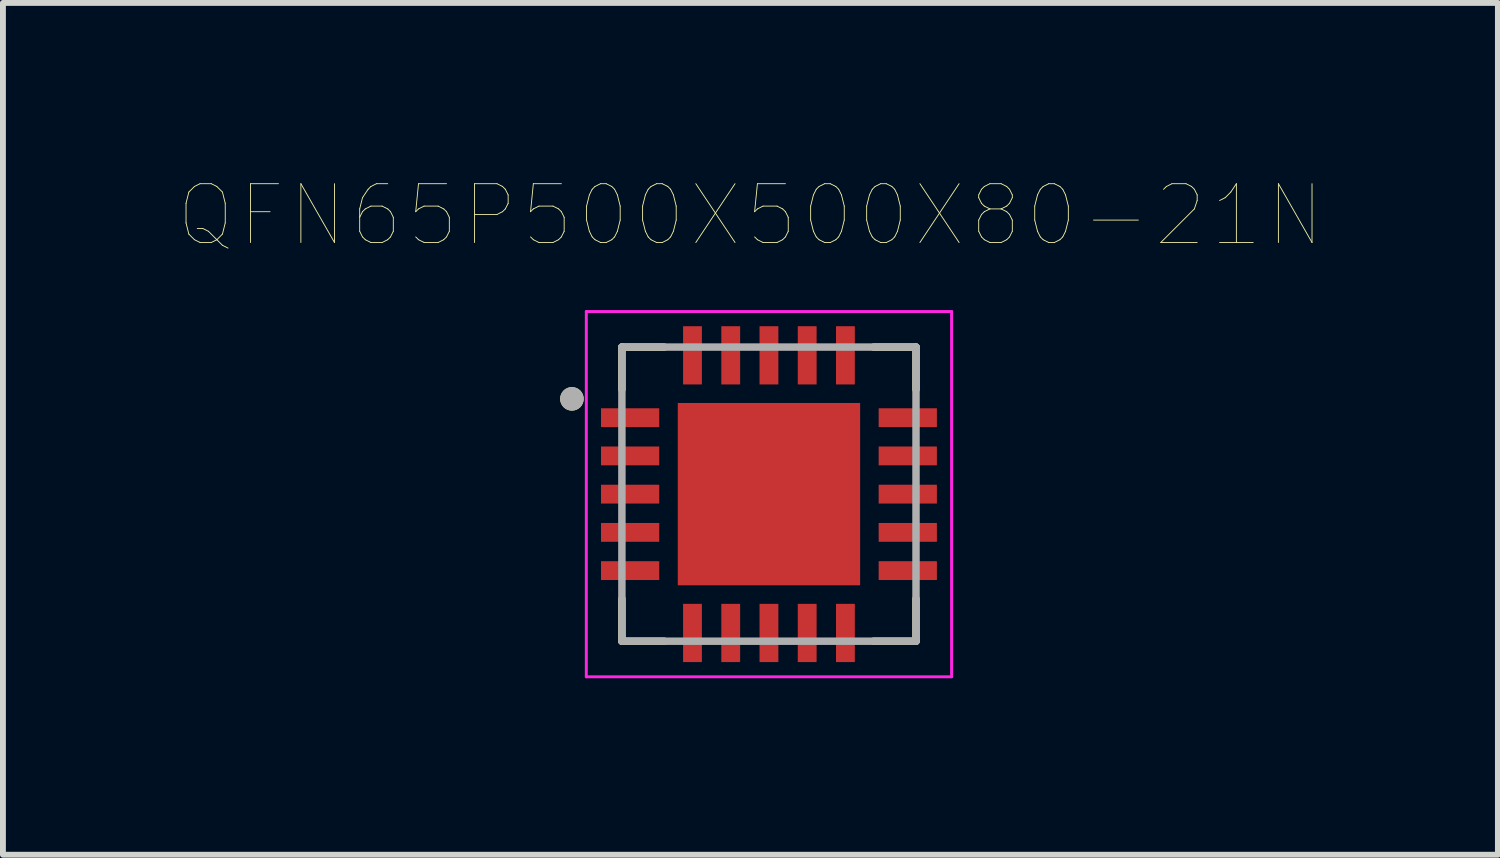
<source format=kicad_pcb>
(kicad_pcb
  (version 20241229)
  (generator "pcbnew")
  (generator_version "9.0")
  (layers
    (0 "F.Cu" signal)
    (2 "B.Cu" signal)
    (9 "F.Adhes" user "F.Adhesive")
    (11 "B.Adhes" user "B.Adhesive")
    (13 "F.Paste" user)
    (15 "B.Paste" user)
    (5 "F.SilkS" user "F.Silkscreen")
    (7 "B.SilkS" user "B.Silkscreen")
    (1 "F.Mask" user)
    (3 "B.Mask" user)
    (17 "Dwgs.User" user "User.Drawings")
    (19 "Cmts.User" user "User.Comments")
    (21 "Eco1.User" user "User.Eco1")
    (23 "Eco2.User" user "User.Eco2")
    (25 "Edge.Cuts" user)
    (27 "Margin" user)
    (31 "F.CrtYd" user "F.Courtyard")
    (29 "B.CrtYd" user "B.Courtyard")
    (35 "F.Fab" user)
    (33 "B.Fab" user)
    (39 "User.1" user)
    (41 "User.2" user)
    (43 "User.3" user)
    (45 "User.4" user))
  (footprint "QFN65P500X500X80-21N"
    (layer "F.Cu")
    (at 10.023 5.351)
    (property "Reference" "QFN65P500X500X80-21N" (at -0.315 -4.74 0) (layer "F.SilkS") (effects (font (size 1 1) (thickness 0.015))))
    (attr through_hole)
    (fp_line (start -2.5 -2.5) (end -2.5 -1.78) (stroke (width 0.127) (type solid)) (layer "F.SilkS"))
    (fp_line (start -2.5 -2.5) (end -1.78 -2.5) (stroke (width 0.127) (type solid)) (layer "F.SilkS"))
    (fp_line (start -2.5 2.5) (end -2.5 1.78) (stroke (width 0.127) (type solid)) (layer "F.SilkS"))
    (fp_line (start -2.5 2.5) (end -1.78 2.5) (stroke (width 0.127) (type solid)) (layer "F.SilkS"))
    (fp_line (start 2.5 -2.5) (end 1.78 -2.5) (stroke (width 0.127) (type solid)) (layer "F.SilkS"))
    (fp_line (start 2.5 -2.5) (end 2.5 -1.78) (stroke (width 0.127) (type solid)) (layer "F.SilkS"))
    (fp_line (start 2.5 2.5) (end 1.78 2.5) (stroke (width 0.127) (type solid)) (layer "F.SilkS"))
    (fp_line (start 2.5 2.5) (end 2.5 1.78) (stroke (width 0.127) (type solid)) (layer "F.SilkS"))
    (fp_circle (center -3.35 -1.62) (end -3.25 -1.62) (stroke (width 0.2) (type solid)) (fill no) (layer "F.SilkS"))
    (fp_poly (pts (xy -1.16 -1.16) (xy -0.18 -1.16) (xy -0.18 -0.18) (xy -1.16 -0.18)) (stroke (width 0.01) (type solid)) (fill yes) (layer "F.Paste"))
    (fp_poly (pts (xy -1.16 0.18) (xy -0.18 0.18) (xy -0.18 1.16) (xy -1.16 1.16)) (stroke (width 0.01) (type solid)) (fill yes) (layer "F.Paste"))
    (fp_poly (pts (xy 0.18 -1.16) (xy 1.16 -1.16) (xy 1.16 -0.18) (xy 0.18 -0.18)) (stroke (width 0.01) (type solid)) (fill yes) (layer "F.Paste"))
    (fp_poly (pts (xy 0.18 0.18) (xy 1.16 0.18) (xy 1.16 1.16) (xy 0.18 1.16)) (stroke (width 0.01) (type solid)) (fill yes) (layer "F.Paste"))
    (fp_line (start -3.105 -3.105) (end 3.105 -3.105) (stroke (width 0.05) (type solid)) (layer "F.CrtYd"))
    (fp_line (start -3.105 3.105) (end -3.105 -3.105) (stroke (width 0.05) (type solid)) (layer "F.CrtYd"))
    (fp_line (start -3.105 3.105) (end 3.105 3.105) (stroke (width 0.05) (type solid)) (layer "F.CrtYd"))
    (fp_line (start 3.105 3.105) (end 3.105 -3.105) (stroke (width 0.05) (type solid)) (layer "F.CrtYd"))
    (fp_line (start -2.5 2.5) (end -2.5 -2.5) (stroke (width 0.127) (type solid)) (layer "F.Fab"))
    (fp_line (start 2.5 -2.5) (end -2.5 -2.5) (stroke (width 0.127) (type solid)) (layer "F.Fab"))
    (fp_line (start 2.5 2.5) (end -2.5 2.5) (stroke (width 0.127) (type solid)) (layer "F.Fab"))
    (fp_line (start 2.5 2.5) (end 2.5 -2.5) (stroke (width 0.127) (type solid)) (layer "F.Fab"))
    (fp_circle (center -3.35 -1.62) (end -3.25 -1.62) (stroke (width 0.2) (type solid)) (fill no) (layer "F.Fab"))
    (pad "1" smd rect (at -2.36 -1.3) (size 0.99 0.32) (layers "F.Cu" "F.Mask" "F.Paste"))
    (pad "2" smd rect (at -2.36 -0.65) (size 0.99 0.32) (layers "F.Cu" "F.Mask" "F.Paste"))
    (pad "3" smd rect (at -2.36 0) (size 0.99 0.32) (layers "F.Cu" "F.Mask" "F.Paste"))
    (pad "4" smd rect (at -2.36 0.65) (size 0.99 0.32) (layers "F.Cu" "F.Mask" "F.Paste"))
    (pad "5" smd rect (at -2.36 1.3) (size 0.99 0.32) (layers "F.Cu" "F.Mask" "F.Paste"))
    (pad "6" smd rect (at -1.3 2.36) (size 0.32 0.99) (layers "F.Cu" "F.Mask" "F.Paste"))
    (pad "7" smd rect (at -0.65 2.36) (size 0.32 0.99) (layers "F.Cu" "F.Mask" "F.Paste"))
    (pad "8" smd rect (at 0 2.36) (size 0.32 0.99) (layers "F.Cu" "F.Mask" "F.Paste"))
    (pad "9" smd rect (at 0.65 2.36) (size 0.32 0.99) (layers "F.Cu" "F.Mask" "F.Paste"))
    (pad "10" smd rect (at 1.3 2.36) (size 0.32 0.99) (layers "F.Cu" "F.Mask" "F.Paste"))
    (pad "11" smd rect (at 2.36 1.3) (size 0.99 0.32) (layers "F.Cu" "F.Mask" "F.Paste"))
    (pad "12" smd rect (at 2.36 0.65) (size 0.99 0.32) (layers "F.Cu" "F.Mask" "F.Paste"))
    (pad "13" smd rect (at 2.36 0) (size 0.99 0.32) (layers "F.Cu" "F.Mask" "F.Paste"))
    (pad "14" smd rect (at 2.36 -0.65) (size 0.99 0.32) (layers "F.Cu" "F.Mask" "F.Paste"))
    (pad "15" smd rect (at 2.36 -1.3) (size 0.99 0.32) (layers "F.Cu" "F.Mask" "F.Paste"))
    (pad "16" smd rect (at 1.3 -2.36) (size 0.32 0.99) (layers "F.Cu" "F.Mask" "F.Paste"))
    (pad "17" smd rect (at 0.65 -2.36) (size 0.32 0.99) (layers "F.Cu" "F.Mask" "F.Paste"))
    (pad "18" smd rect (at 0 -2.36) (size 0.32 0.99) (layers "F.Cu" "F.Mask" "F.Paste"))
    (pad "19" smd rect (at -0.65 -2.36) (size 0.32 0.99) (layers "F.Cu" "F.Mask" "F.Paste"))
    (pad "20" smd rect (at -1.3 -2.36) (size 0.32 0.99) (layers "F.Cu" "F.Mask" "F.Paste"))
    (pad "21" smd rect (at 0 0) (size 3.1 3.1) (layers "F.Cu" "F.Mask")))
  (gr_rect
    (start -3 -3)
    (end 22.416 11.481)
    (stroke (width 0.1) (type default))
    (fill no)
    (layer "Edge.Cuts")))
</source>
